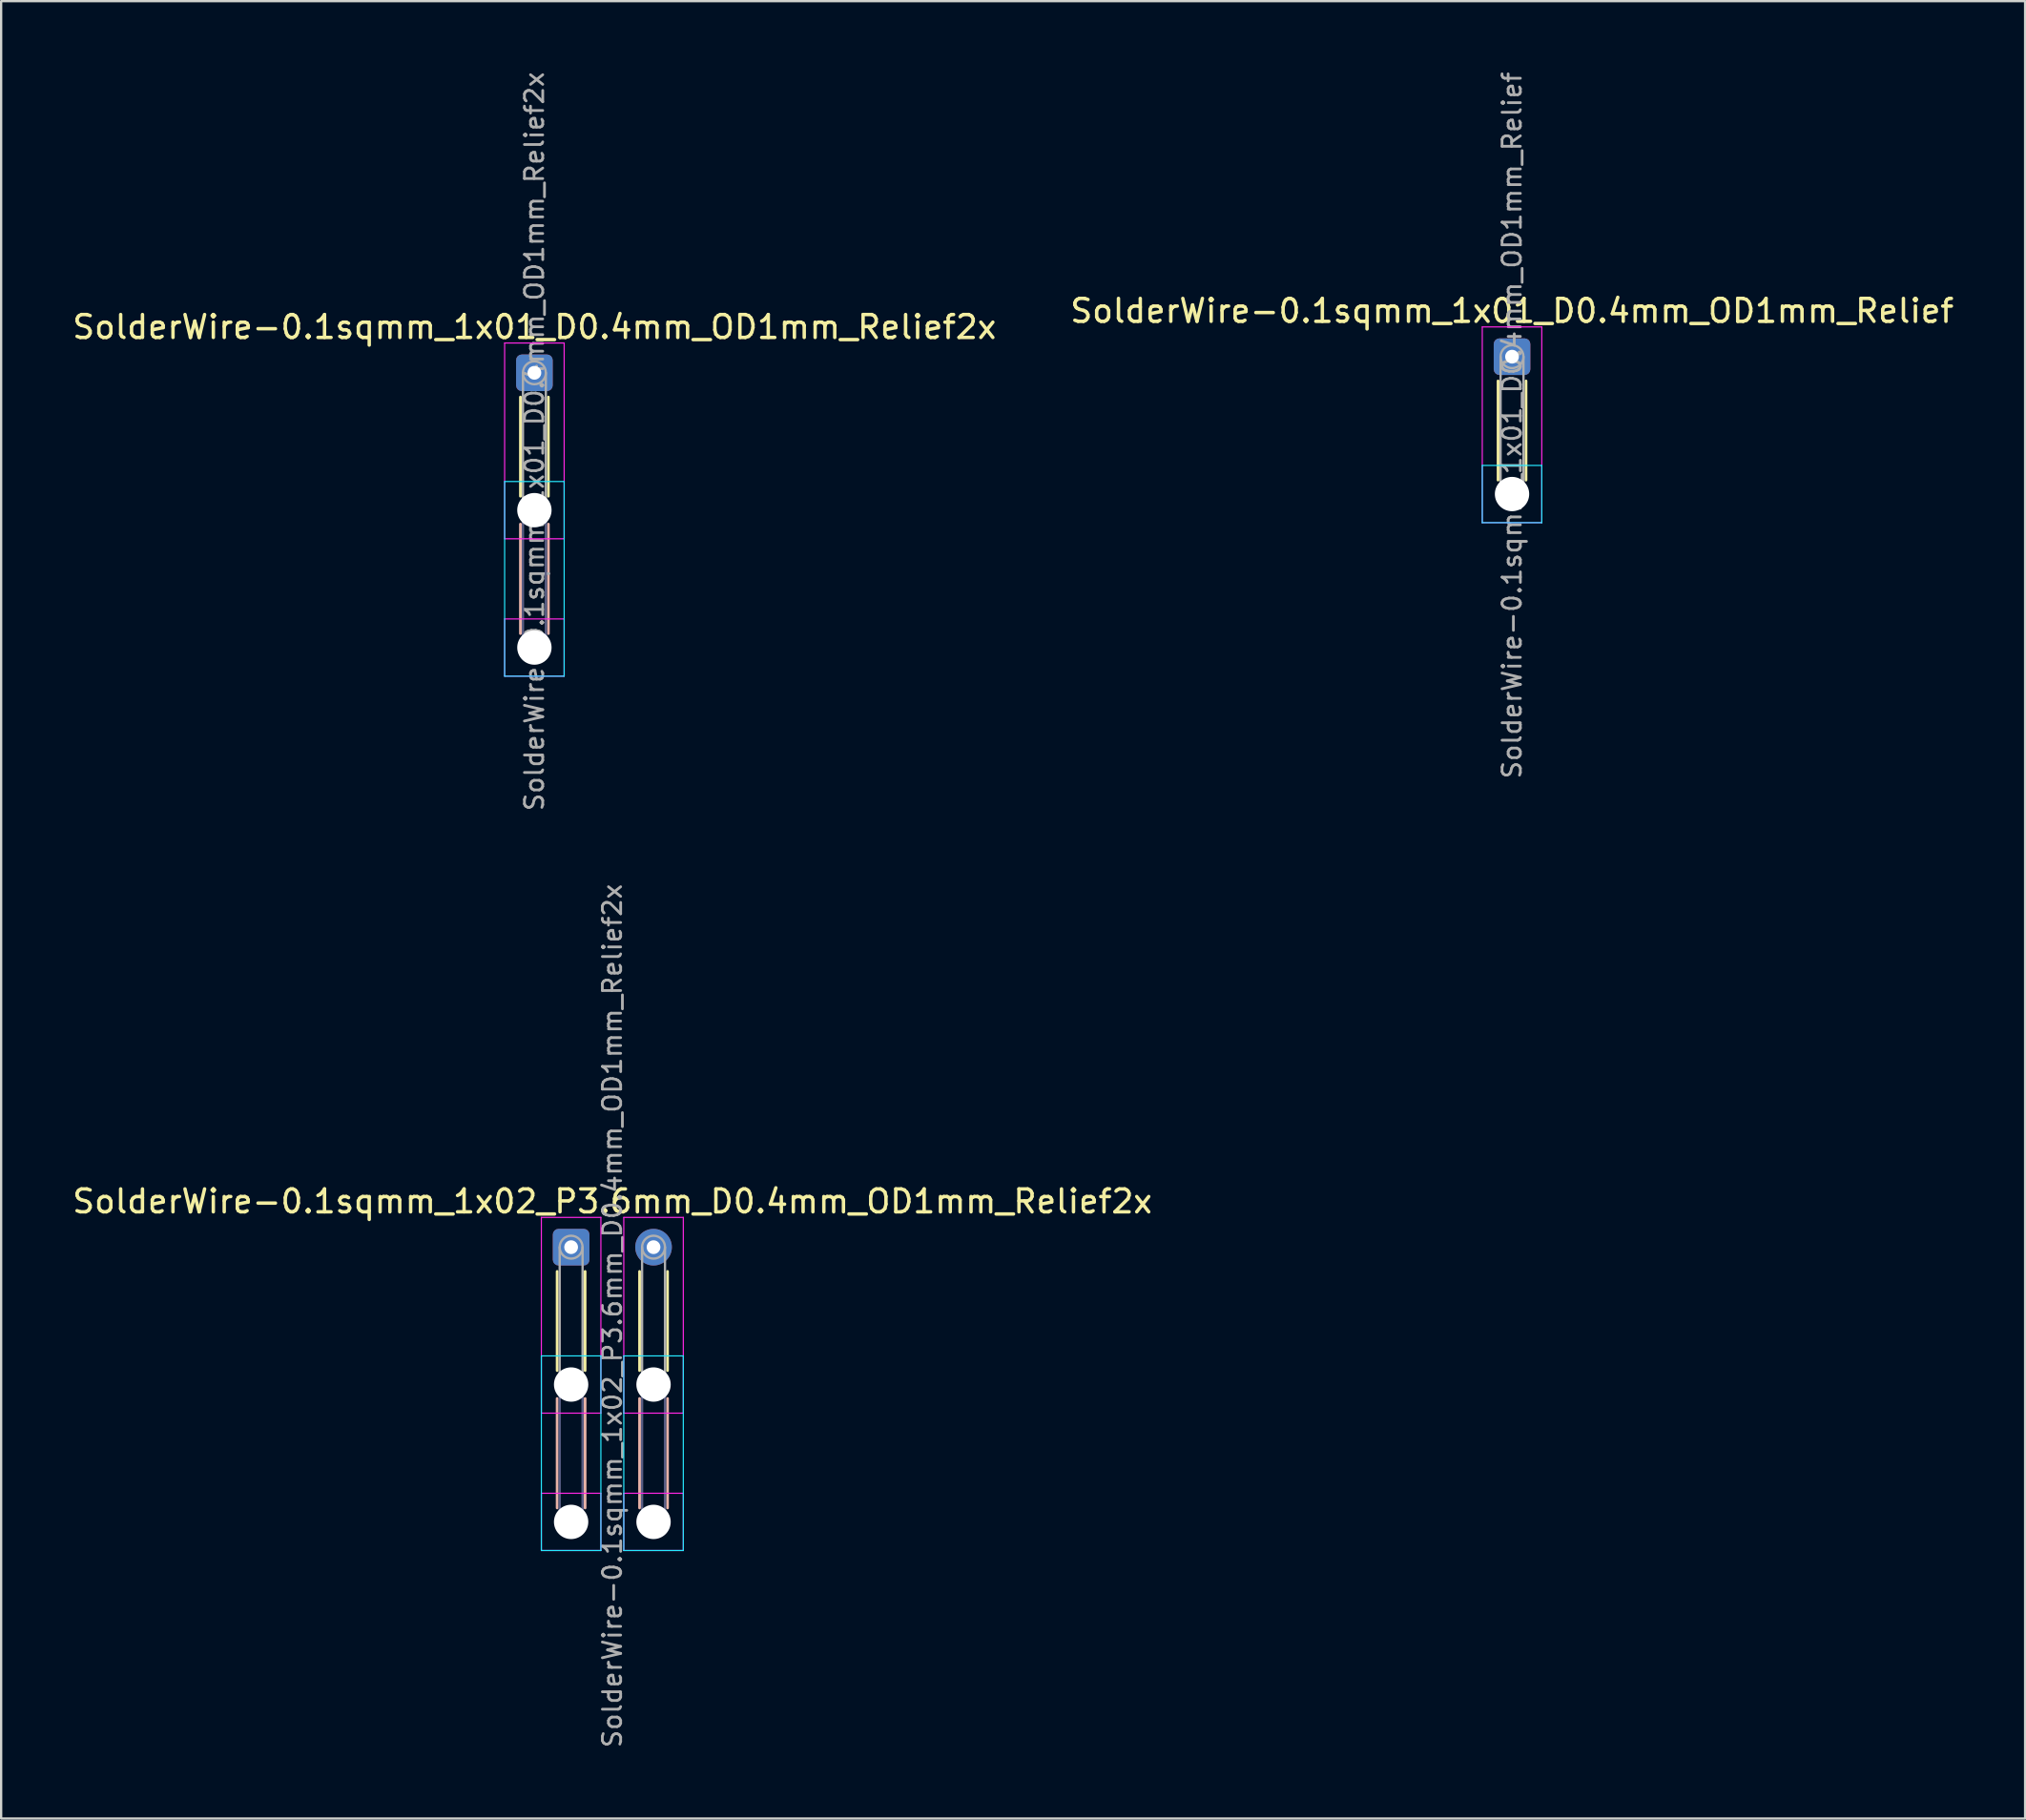
<source format=kicad_pcb>
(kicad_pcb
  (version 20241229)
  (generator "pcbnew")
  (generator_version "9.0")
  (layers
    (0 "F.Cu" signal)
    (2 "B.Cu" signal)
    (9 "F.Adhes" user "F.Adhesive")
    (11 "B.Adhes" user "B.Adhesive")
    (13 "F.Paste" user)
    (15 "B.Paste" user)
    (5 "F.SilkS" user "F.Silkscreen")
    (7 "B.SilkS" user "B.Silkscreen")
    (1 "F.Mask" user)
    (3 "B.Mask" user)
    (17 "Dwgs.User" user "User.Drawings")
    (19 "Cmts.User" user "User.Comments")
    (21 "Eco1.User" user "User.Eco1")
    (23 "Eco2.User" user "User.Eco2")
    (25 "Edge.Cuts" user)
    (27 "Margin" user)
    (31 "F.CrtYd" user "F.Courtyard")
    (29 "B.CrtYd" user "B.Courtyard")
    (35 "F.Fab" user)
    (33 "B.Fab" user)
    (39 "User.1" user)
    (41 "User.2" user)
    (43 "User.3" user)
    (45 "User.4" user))
  (footprint "SolderWire-0.1sqmm_1x01_D0.4mm_OD1mm_Relief"
    (layer "F.Cu")
    (at 62.994 12.529)
    (property "Reference" "SolderWire-0.1sqmm_1x01_D0.4mm_OD1mm_Relief" (at 0 -2 0) (layer "F.SilkS") (effects (font (size 1 1) (thickness 0.15))))
    (attr exclude_from_pos_files exclude_from_bom)
    (fp_line (start -0.61 1.06) (end -0.61 5.39) (stroke (width 0.12) (type solid)) (layer "F.SilkS"))
    (fp_line (start 0.61 1.06) (end 0.61 5.39) (stroke (width 0.12) (type solid)) (layer "F.SilkS"))
    (fp_line (start -1.3 4.75) (end -1.3 7.25) (stroke (width 0.05) (type solid)) (layer "B.CrtYd"))
    (fp_line (start -1.3 7.25) (end 1.3 7.25) (stroke (width 0.05) (type solid)) (layer "B.CrtYd"))
    (fp_line (start 1.3 4.75) (end -1.3 4.75) (stroke (width 0.05) (type solid)) (layer "B.CrtYd"))
    (fp_line (start 1.3 7.25) (end 1.3 4.75) (stroke (width 0.05) (type solid)) (layer "B.CrtYd"))
    (fp_line (start -1.3 -1.3) (end -1.3 7.25) (stroke (width 0.05) (type solid)) (layer "F.CrtYd"))
    (fp_line (start -1.3 7.25) (end 1.3 7.25) (stroke (width 0.05) (type solid)) (layer "F.CrtYd"))
    (fp_line (start 1.3 -1.3) (end -1.3 -1.3) (stroke (width 0.05) (type solid)) (layer "F.CrtYd"))
    (fp_line (start 1.3 7.25) (end 1.3 -1.3) (stroke (width 0.05) (type solid)) (layer "F.CrtYd"))
    (fp_line (start -0.5 0) (end -0.5 6) (stroke (width 0.1) (type solid)) (layer "F.Fab"))
    (fp_line (start 0.5 0) (end 0.5 6) (stroke (width 0.1) (type solid)) (layer "F.Fab"))
    (fp_circle (center 0 0) (end 0.5 0) (stroke (width 0.1) (type solid)) (fill no) (layer "F.Fab"))
    (fp_circle (center 0 6) (end 0.5 6) (stroke (width 0.1) (type solid)) (fill no) (layer "F.Fab"))
    (fp_text user "${REFERENCE}" (at 0 3 90) (layer "F.Fab") (effects (font (size 0.8 0.8) (thickness 0.12))))
    (pad "" np_thru_hole circle (at 0 6) (size 1.5 1.5) (drill 1.5) (layers "*.Cu" "*.Mask"))
    (pad "1" thru_hole roundrect (at 0 0) (size 1.6 1.6) (drill 0.6) (layers "*.Cu" "*.Mask") (roundrect_rratio 0.156)))
  (footprint "SolderWire-0.1sqmm_1x01_D0.4mm_OD1mm_Relief2x"
    (layer "F.Cu")
    (at 20.292 13.233)
    (property "Reference" "SolderWire-0.1sqmm_1x01_D0.4mm_OD1mm_Relief2x" (at 0 -2 0) (layer "F.SilkS") (effects (font (size 1 1) (thickness 0.15))))
    (attr exclude_from_pos_files exclude_from_bom)
    (fp_line (start -0.61 1.06) (end -0.61 5.39) (stroke (width 0.12) (type solid)) (layer "F.SilkS"))
    (fp_line (start 0.61 1.06) (end 0.61 5.39) (stroke (width 0.12) (type solid)) (layer "F.SilkS"))
    (fp_line (start -0.61 6.61) (end -0.61 11.39) (stroke (width 0.12) (type solid)) (layer "B.SilkS"))
    (fp_line (start 0.61 6.61) (end 0.61 11.39) (stroke (width 0.12) (type solid)) (layer "B.SilkS"))
    (fp_line (start -1.3 4.75) (end -1.3 13.25) (stroke (width 0.05) (type solid)) (layer "B.CrtYd"))
    (fp_line (start -1.3 13.25) (end 1.3 13.25) (stroke (width 0.05) (type solid)) (layer "B.CrtYd"))
    (fp_line (start 1.3 4.75) (end -1.3 4.75) (stroke (width 0.05) (type solid)) (layer "B.CrtYd"))
    (fp_line (start 1.3 13.25) (end 1.3 4.75) (stroke (width 0.05) (type solid)) (layer "B.CrtYd"))
    (fp_line (start -1.3 -1.3) (end -1.3 7.25) (stroke (width 0.05) (type solid)) (layer "F.CrtYd"))
    (fp_line (start -1.3 7.25) (end 1.3 7.25) (stroke (width 0.05) (type solid)) (layer "F.CrtYd"))
    (fp_line (start -1.3 10.75) (end -1.3 13.25) (stroke (width 0.05) (type solid)) (layer "F.CrtYd"))
    (fp_line (start -1.3 13.25) (end 1.3 13.25) (stroke (width 0.05) (type solid)) (layer "F.CrtYd"))
    (fp_line (start 1.3 -1.3) (end -1.3 -1.3) (stroke (width 0.05) (type solid)) (layer "F.CrtYd"))
    (fp_line (start 1.3 7.25) (end 1.3 -1.3) (stroke (width 0.05) (type solid)) (layer "F.CrtYd"))
    (fp_line (start 1.3 10.75) (end -1.3 10.75) (stroke (width 0.05) (type solid)) (layer "F.CrtYd"))
    (fp_line (start 1.3 13.25) (end 1.3 10.75) (stroke (width 0.05) (type solid)) (layer "F.CrtYd"))
    (fp_line (start -0.5 6) (end -0.5 12) (stroke (width 0.1) (type solid)) (layer "B.Fab"))
    (fp_line (start 0.5 6) (end 0.5 12) (stroke (width 0.1) (type solid)) (layer "B.Fab"))
    (fp_circle (center 0 6) (end 0.5 6) (stroke (width 0.1) (type solid)) (fill no) (layer "B.Fab"))
    (fp_circle (center 0 12) (end 0.5 12) (stroke (width 0.1) (type solid)) (fill no) (layer "B.Fab"))
    (fp_line (start -0.5 0) (end -0.5 6) (stroke (width 0.1) (type solid)) (layer "F.Fab"))
    (fp_line (start 0.5 0) (end 0.5 6) (stroke (width 0.1) (type solid)) (layer "F.Fab"))
    (fp_circle (center 0 0) (end 0.5 0) (stroke (width 0.1) (type solid)) (fill no) (layer "F.Fab"))
    (fp_circle (center 0 6) (end 0.5 6) (stroke (width 0.1) (type solid)) (fill no) (layer "F.Fab"))
    (fp_circle (center 0 12) (end 0.5 12) (stroke (width 0.1) (type solid)) (fill no) (layer "F.Fab"))
    (fp_text user "${REFERENCE}" (at 0 3 90) (layer "F.Fab") (effects (font (size 0.8 0.8) (thickness 0.12))))
    (pad "" np_thru_hole circle (at 0 6) (size 1.5 1.5) (drill 1.5) (layers "*.Cu" "*.Mask"))
    (pad "" np_thru_hole circle (at 0 12) (size 1.5 1.5) (drill 1.5) (layers "*.Cu" "*.Mask"))
    (pad "1" thru_hole roundrect (at 0 0) (size 1.6 1.6) (drill 0.6) (layers "*.Cu" "*.Mask") (roundrect_rratio 0.156)))
  (footprint "SolderWire-0.1sqmm_1x02_P3.6mm_D0.4mm_OD1mm_Relief2x"
    (layer "F.Cu")
    (at 21.896 51.424)
    (property "Reference" "SolderWire-0.1sqmm_1x02_P3.6mm_D0.4mm_OD1mm_Relief2x" (at 1.8 -2 0) (layer "F.SilkS") (effects (font (size 1 1) (thickness 0.15))))
    (attr exclude_from_pos_files exclude_from_bom)
    (fp_line (start -0.61 1.06) (end -0.61 5.39) (stroke (width 0.12) (type solid)) (layer "F.SilkS"))
    (fp_line (start 0.61 1.06) (end 0.61 5.39) (stroke (width 0.12) (type solid)) (layer "F.SilkS"))
    (fp_line (start 2.99 1.06) (end 2.99 5.39) (stroke (width 0.12) (type solid)) (layer "F.SilkS"))
    (fp_line (start 4.21 1.06) (end 4.21 5.39) (stroke (width 0.12) (type solid)) (layer "F.SilkS"))
    (fp_line (start -0.61 6.61) (end -0.61 11.39) (stroke (width 0.12) (type solid)) (layer "B.SilkS"))
    (fp_line (start 0.61 6.61) (end 0.61 11.39) (stroke (width 0.12) (type solid)) (layer "B.SilkS"))
    (fp_line (start 2.99 6.61) (end 2.99 11.39) (stroke (width 0.12) (type solid)) (layer "B.SilkS"))
    (fp_line (start 4.21 6.61) (end 4.21 11.39) (stroke (width 0.12) (type solid)) (layer "B.SilkS"))
    (fp_line (start -1.3 4.75) (end -1.3 13.25) (stroke (width 0.05) (type solid)) (layer "B.CrtYd"))
    (fp_line (start -1.3 13.25) (end 1.3 13.25) (stroke (width 0.05) (type solid)) (layer "B.CrtYd"))
    (fp_line (start 1.3 4.75) (end -1.3 4.75) (stroke (width 0.05) (type solid)) (layer "B.CrtYd"))
    (fp_line (start 1.3 13.25) (end 1.3 4.75) (stroke (width 0.05) (type solid)) (layer "B.CrtYd"))
    (fp_line (start 2.3 4.75) (end 2.3 13.25) (stroke (width 0.05) (type solid)) (layer "B.CrtYd"))
    (fp_line (start 2.3 13.25) (end 4.9 13.25) (stroke (width 0.05) (type solid)) (layer "B.CrtYd"))
    (fp_line (start 4.9 4.75) (end 2.3 4.75) (stroke (width 0.05) (type solid)) (layer "B.CrtYd"))
    (fp_line (start 4.9 13.25) (end 4.9 4.75) (stroke (width 0.05) (type solid)) (layer "B.CrtYd"))
    (fp_line (start -1.3 -1.3) (end -1.3 7.25) (stroke (width 0.05) (type solid)) (layer "F.CrtYd"))
    (fp_line (start -1.3 7.25) (end 1.3 7.25) (stroke (width 0.05) (type solid)) (layer "F.CrtYd"))
    (fp_line (start -1.3 10.75) (end -1.3 13.25) (stroke (width 0.05) (type solid)) (layer "F.CrtYd"))
    (fp_line (start -1.3 13.25) (end 1.3 13.25) (stroke (width 0.05) (type solid)) (layer "F.CrtYd"))
    (fp_line (start 1.3 -1.3) (end -1.3 -1.3) (stroke (width 0.05) (type solid)) (layer "F.CrtYd"))
    (fp_line (start 1.3 7.25) (end 1.3 -1.3) (stroke (width 0.05) (type solid)) (layer "F.CrtYd"))
    (fp_line (start 1.3 10.75) (end -1.3 10.75) (stroke (width 0.05) (type solid)) (layer "F.CrtYd"))
    (fp_line (start 1.3 13.25) (end 1.3 10.75) (stroke (width 0.05) (type solid)) (layer "F.CrtYd"))
    (fp_line (start 2.3 -1.3) (end 2.3 7.25) (stroke (width 0.05) (type solid)) (layer "F.CrtYd"))
    (fp_line (start 2.3 7.25) (end 4.9 7.25) (stroke (width 0.05) (type solid)) (layer "F.CrtYd"))
    (fp_line (start 2.3 10.75) (end 2.3 13.25) (stroke (width 0.05) (type solid)) (layer "F.CrtYd"))
    (fp_line (start 2.3 13.25) (end 4.9 13.25) (stroke (width 0.05) (type solid)) (layer "F.CrtYd"))
    (fp_line (start 4.9 -1.3) (end 2.3 -1.3) (stroke (width 0.05) (type solid)) (layer "F.CrtYd"))
    (fp_line (start 4.9 7.25) (end 4.9 -1.3) (stroke (width 0.05) (type solid)) (layer "F.CrtYd"))
    (fp_line (start 4.9 10.75) (end 2.3 10.75) (stroke (width 0.05) (type solid)) (layer "F.CrtYd"))
    (fp_line (start 4.9 13.25) (end 4.9 10.75) (stroke (width 0.05) (type solid)) (layer "F.CrtYd"))
    (fp_line (start -0.5 6) (end -0.5 12) (stroke (width 0.1) (type solid)) (layer "B.Fab"))
    (fp_line (start 0.5 6) (end 0.5 12) (stroke (width 0.1) (type solid)) (layer "B.Fab"))
    (fp_line (start 3.1 6) (end 3.1 12) (stroke (width 0.1) (type solid)) (layer "B.Fab"))
    (fp_line (start 4.1 6) (end 4.1 12) (stroke (width 0.1) (type solid)) (layer "B.Fab"))
    (fp_circle (center 0 6) (end 0.5 6) (stroke (width 0.1) (type solid)) (fill no) (layer "B.Fab"))
    (fp_circle (center 0 12) (end 0.5 12) (stroke (width 0.1) (type solid)) (fill no) (layer "B.Fab"))
    (fp_circle (center 3.6 6) (end 4.1 6) (stroke (width 0.1) (type solid)) (fill no) (layer "B.Fab"))
    (fp_circle (center 3.6 12) (end 4.1 12) (stroke (width 0.1) (type solid)) (fill no) (layer "B.Fab"))
    (fp_line (start -0.5 0) (end -0.5 6) (stroke (width 0.1) (type solid)) (layer "F.Fab"))
    (fp_line (start 0.5 0) (end 0.5 6) (stroke (width 0.1) (type solid)) (layer "F.Fab"))
    (fp_line (start 3.1 0) (end 3.1 6) (stroke (width 0.1) (type solid)) (layer "F.Fab"))
    (fp_line (start 4.1 0) (end 4.1 6) (stroke (width 0.1) (type solid)) (layer "F.Fab"))
    (fp_circle (center 0 0) (end 0.5 0) (stroke (width 0.1) (type solid)) (fill no) (layer "F.Fab"))
    (fp_circle (center 0 6) (end 0.5 6) (stroke (width 0.1) (type solid)) (fill no) (layer "F.Fab"))
    (fp_circle (center 0 12) (end 0.5 12) (stroke (width 0.1) (type solid)) (fill no) (layer "F.Fab"))
    (fp_circle (center 3.6 0) (end 4.1 0) (stroke (width 0.1) (type solid)) (fill no) (layer "F.Fab"))
    (fp_circle (center 3.6 6) (end 4.1 6) (stroke (width 0.1) (type solid)) (fill no) (layer "F.Fab"))
    (fp_circle (center 3.6 12) (end 4.1 12) (stroke (width 0.1) (type solid)) (fill no) (layer "F.Fab"))
    (fp_text user "${REFERENCE}" (at 1.8 3 90) (layer "F.Fab") (effects (font (size 0.8 0.8) (thickness 0.12))))
    (pad "" np_thru_hole circle (at 0 6) (size 1.5 1.5) (drill 1.5) (layers "*.Cu" "*.Mask"))
    (pad "" np_thru_hole circle (at 0 12) (size 1.5 1.5) (drill 1.5) (layers "*.Cu" "*.Mask"))
    (pad "" np_thru_hole circle (at 3.6 6) (size 1.5 1.5) (drill 1.5) (layers "*.Cu" "*.Mask"))
    (pad "" np_thru_hole circle (at 3.6 12) (size 1.5 1.5) (drill 1.5) (layers "*.Cu" "*.Mask"))
    (pad "1" thru_hole roundrect (at 0 0) (size 1.6 1.6) (drill 0.6) (layers "*.Cu" "*.Mask") (roundrect_rratio 0.156))
    (pad "2" thru_hole circle (at 3.6 0) (size 1.6 1.6) (drill 0.6) (layers "*.Cu" "*.Mask")))
  (gr_rect
    (start -3 -3)
    (end 85.405 76.381)
    (stroke (width 0.1) (type default))
    (fill no)
    (layer "Edge.Cuts")))
</source>
